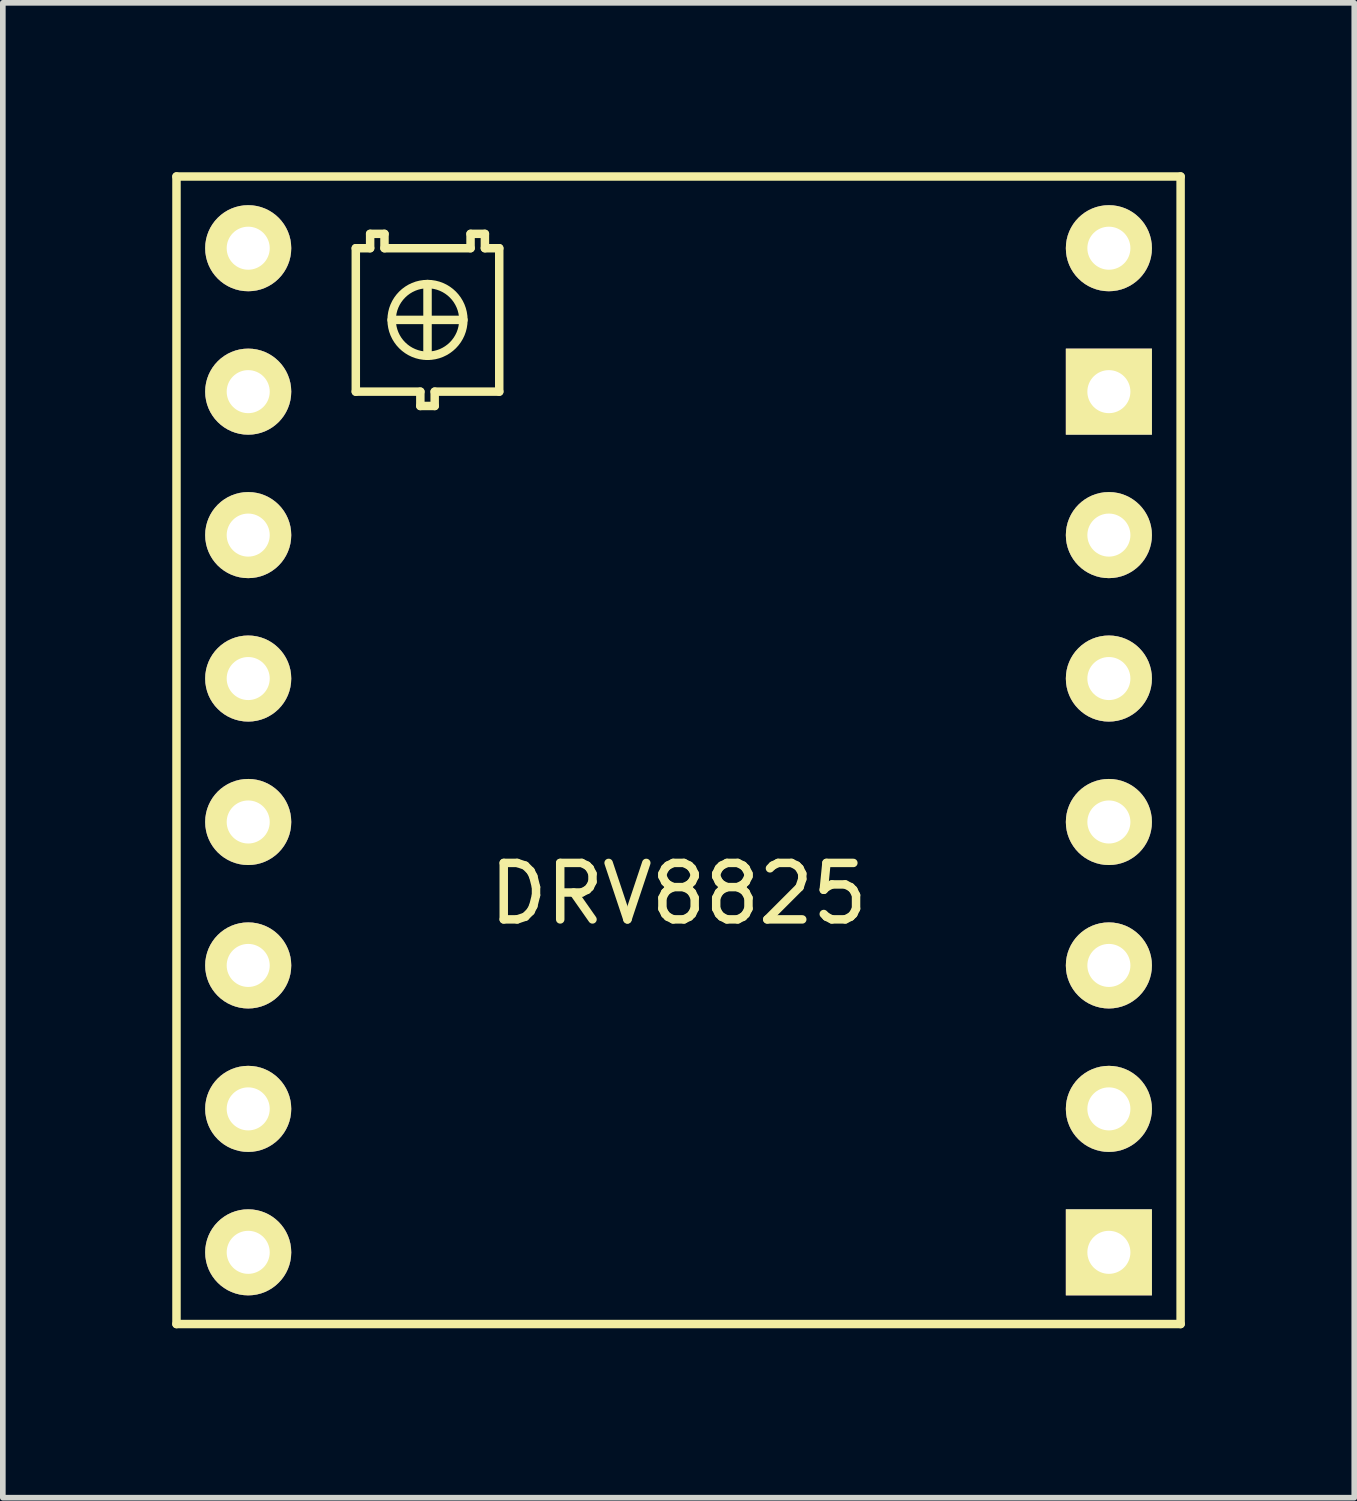
<source format=kicad_pcb>
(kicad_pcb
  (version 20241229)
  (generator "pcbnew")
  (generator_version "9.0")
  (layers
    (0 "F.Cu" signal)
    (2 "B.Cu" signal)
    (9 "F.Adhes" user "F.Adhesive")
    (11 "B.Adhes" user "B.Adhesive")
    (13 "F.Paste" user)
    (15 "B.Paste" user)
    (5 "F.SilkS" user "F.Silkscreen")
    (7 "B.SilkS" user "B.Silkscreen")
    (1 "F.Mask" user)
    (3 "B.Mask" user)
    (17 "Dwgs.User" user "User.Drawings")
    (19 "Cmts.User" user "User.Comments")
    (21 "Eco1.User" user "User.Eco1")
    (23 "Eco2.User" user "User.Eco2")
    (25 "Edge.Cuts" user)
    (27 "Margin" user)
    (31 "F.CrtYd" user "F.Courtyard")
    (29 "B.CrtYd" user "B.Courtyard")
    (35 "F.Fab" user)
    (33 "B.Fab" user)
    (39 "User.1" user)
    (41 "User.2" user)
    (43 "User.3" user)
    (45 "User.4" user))
  (footprint "DRV8825"
    (layer "F.Cu")
    (at 8.965 8.965)
    (property "Reference" "DRV8825" (at 0 3.81 0) (layer "F.SilkS") (effects (font (size 1 1) (thickness 0.15))))
    (attr through_hole)
    (fp_line (start -8.89 -8.89) (end 8.89 -8.89) (stroke (width 0.15) (type solid)) (layer "F.SilkS"))
    (fp_line (start -8.89 11.43) (end -8.89 -8.89) (stroke (width 0.15) (type solid)) (layer "F.SilkS"))
    (fp_line (start -5.715 -7.62) (end -5.715 -5.08) (stroke (width 0.15) (type solid)) (layer "F.SilkS"))
    (fp_line (start -5.461 -7.874) (end -5.461 -7.62) (stroke (width 0.15) (type solid)) (layer "F.SilkS"))
    (fp_line (start -5.461 -7.62) (end -5.715 -7.62) (stroke (width 0.15) (type solid)) (layer "F.SilkS"))
    (fp_line (start -5.207 -7.874) (end -5.461 -7.874) (stroke (width 0.15) (type solid)) (layer "F.SilkS"))
    (fp_line (start -5.207 -7.62) (end -5.207 -7.874) (stroke (width 0.15) (type solid)) (layer "F.SilkS"))
    (fp_line (start -5.08 -6.35) (end -3.81 -6.35) (stroke (width 0.15) (type solid)) (layer "F.SilkS"))
    (fp_line (start -4.572 -5.08) (end -5.715 -5.08) (stroke (width 0.15) (type solid)) (layer "F.SilkS"))
    (fp_line (start -4.572 -4.826) (end -4.572 -5.08) (stroke (width 0.15) (type solid)) (layer "F.SilkS"))
    (fp_line (start -4.445 -6.985) (end -4.445 -5.715) (stroke (width 0.15) (type solid)) (layer "F.SilkS"))
    (fp_line (start -4.318 -5.08) (end -4.318 -4.826) (stroke (width 0.15) (type solid)) (layer "F.SilkS"))
    (fp_line (start -4.318 -4.826) (end -4.572 -4.826) (stroke (width 0.15) (type solid)) (layer "F.SilkS"))
    (fp_line (start -3.683 -7.874) (end -3.683 -7.62) (stroke (width 0.15) (type solid)) (layer "F.SilkS"))
    (fp_line (start -3.683 -7.62) (end -5.207 -7.62) (stroke (width 0.15) (type solid)) (layer "F.SilkS"))
    (fp_line (start -3.429 -7.874) (end -3.683 -7.874) (stroke (width 0.15) (type solid)) (layer "F.SilkS"))
    (fp_line (start -3.429 -7.62) (end -3.429 -7.874) (stroke (width 0.15) (type solid)) (layer "F.SilkS"))
    (fp_line (start -3.175 -7.62) (end -3.429 -7.62) (stroke (width 0.15) (type solid)) (layer "F.SilkS"))
    (fp_line (start -3.175 -7.62) (end -3.175 -5.08) (stroke (width 0.15) (type solid)) (layer "F.SilkS"))
    (fp_line (start -3.175 -5.08) (end -4.318 -5.08) (stroke (width 0.15) (type solid)) (layer "F.SilkS"))
    (fp_line (start 8.89 -8.89) (end 8.89 11.43) (stroke (width 0.15) (type solid)) (layer "F.SilkS"))
    (fp_line (start 8.89 11.43) (end -8.89 11.43) (stroke (width 0.15) (type solid)) (layer "F.SilkS"))
    (fp_circle (center -4.445 -6.35) (end -4.445 -6.985) (stroke (width 0.15) (type solid)) (fill no) (layer "F.SilkS"))
    (pad "1" thru_hole rect (at 7.62 10.16) (size 1.524 1.524) (drill 0.762) (layers "*.Cu" "*.Mask" "F.SilkS"))
    (pad "2" thru_hole circle (at 7.62 7.62) (size 1.524 1.524) (drill 0.762) (layers "*.Cu" "*.Mask" "F.SilkS"))
    (pad "3" thru_hole circle (at 7.62 5.08) (size 1.524 1.524) (drill 0.762) (layers "*.Cu" "*.Mask" "F.SilkS"))
    (pad "4" thru_hole circle (at 7.62 2.54) (size 1.524 1.524) (drill 0.762) (layers "*.Cu" "*.Mask" "F.SilkS"))
    (pad "5" thru_hole circle (at 7.62 0) (size 1.524 1.524) (drill 0.762) (layers "*.Cu" "*.Mask" "F.SilkS"))
    (pad "6" thru_hole circle (at 7.62 -2.54) (size 1.524 1.524) (drill 0.762) (layers "*.Cu" "*.Mask" "F.SilkS"))
    (pad "7" thru_hole rect (at 7.62 -5.08) (size 1.524 1.524) (drill 0.762) (layers "*.Cu" "*.Mask" "F.SilkS"))
    (pad "8" thru_hole circle (at 7.62 -7.62) (size 1.524 1.524) (drill 0.762) (layers "*.Cu" "*.Mask" "F.SilkS"))
    (pad "9" thru_hole circle (at -7.62 -7.62) (size 1.524 1.524) (drill 0.762) (layers "*.Cu" "*.Mask" "F.SilkS"))
    (pad "10" thru_hole circle (at -7.62 -5.08) (size 1.524 1.524) (drill 0.762) (layers "*.Cu" "*.Mask" "F.SilkS"))
    (pad "11" thru_hole circle (at -7.62 -2.54) (size 1.524 1.524) (drill 0.762) (layers "*.Cu" "*.Mask" "F.SilkS"))
    (pad "12" thru_hole circle (at -7.62 0) (size 1.524 1.524) (drill 0.762) (layers "*.Cu" "*.Mask" "F.SilkS"))
    (pad "13" thru_hole circle (at -7.62 2.54) (size 1.524 1.524) (drill 0.762) (layers "*.Cu" "*.Mask" "F.SilkS"))
    (pad "14" thru_hole circle (at -7.62 5.08) (size 1.524 1.524) (drill 0.762) (layers "*.Cu" "*.Mask" "F.SilkS"))
    (pad "15" thru_hole circle (at -7.62 7.62) (size 1.524 1.524) (drill 0.762) (layers "*.Cu" "*.Mask" "F.SilkS"))
    (pad "16" thru_hole circle (at -7.62 10.16) (size 1.524 1.524) (drill 0.762) (layers "*.Cu" "*.Mask" "F.SilkS")))
  (gr_rect
    (start -3 -3)
    (end 20.93 23.47)
    (stroke (width 0.1) (type default))
    (fill no)
    (layer "Edge.Cuts")))
</source>
